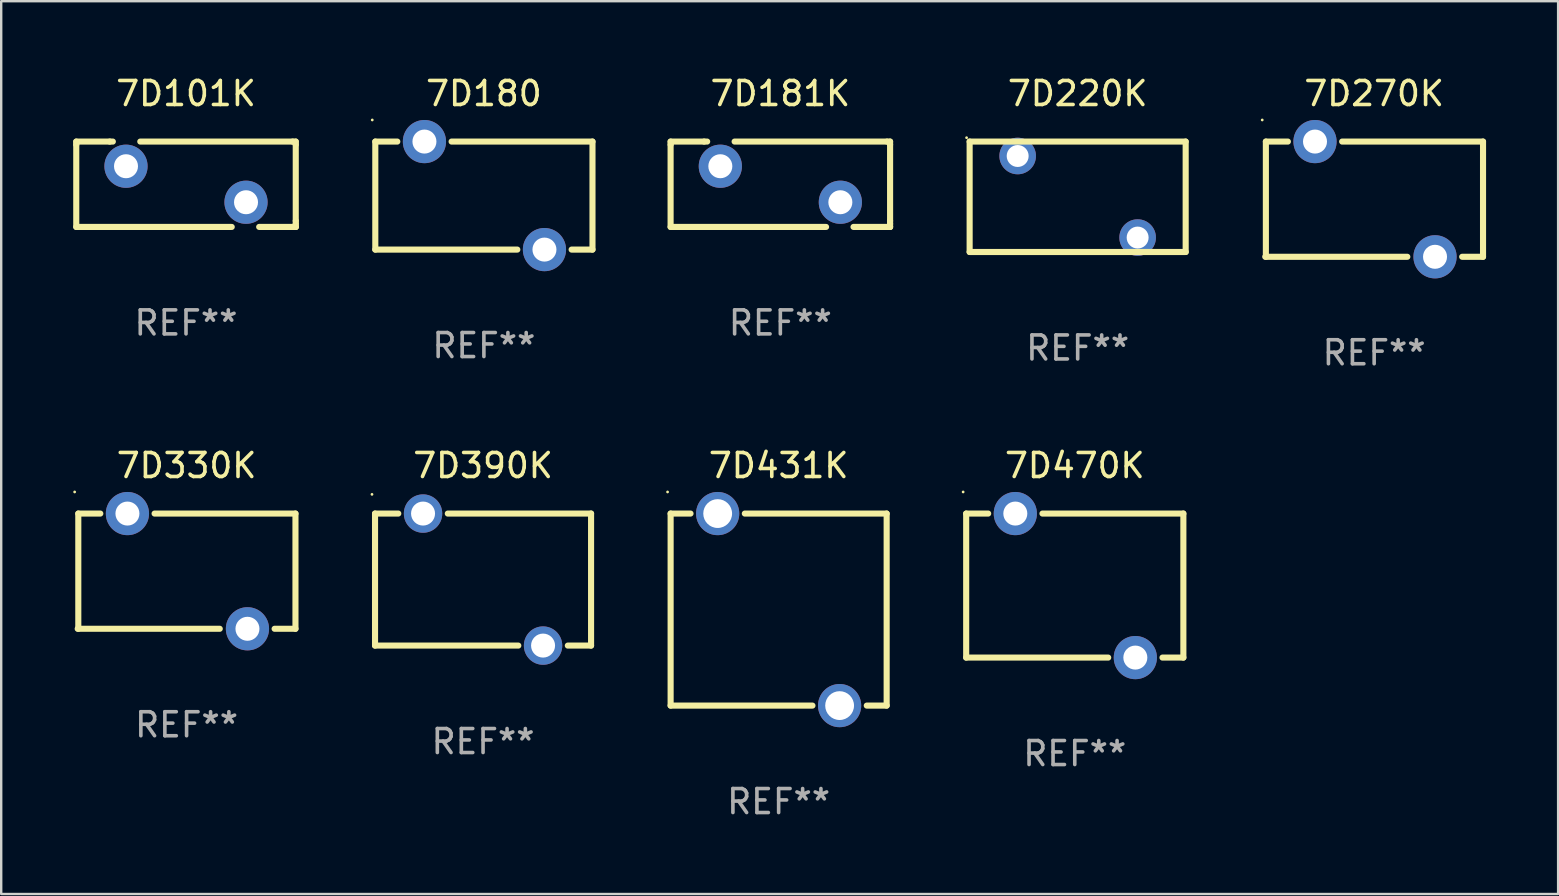
<source format=kicad_pcb>
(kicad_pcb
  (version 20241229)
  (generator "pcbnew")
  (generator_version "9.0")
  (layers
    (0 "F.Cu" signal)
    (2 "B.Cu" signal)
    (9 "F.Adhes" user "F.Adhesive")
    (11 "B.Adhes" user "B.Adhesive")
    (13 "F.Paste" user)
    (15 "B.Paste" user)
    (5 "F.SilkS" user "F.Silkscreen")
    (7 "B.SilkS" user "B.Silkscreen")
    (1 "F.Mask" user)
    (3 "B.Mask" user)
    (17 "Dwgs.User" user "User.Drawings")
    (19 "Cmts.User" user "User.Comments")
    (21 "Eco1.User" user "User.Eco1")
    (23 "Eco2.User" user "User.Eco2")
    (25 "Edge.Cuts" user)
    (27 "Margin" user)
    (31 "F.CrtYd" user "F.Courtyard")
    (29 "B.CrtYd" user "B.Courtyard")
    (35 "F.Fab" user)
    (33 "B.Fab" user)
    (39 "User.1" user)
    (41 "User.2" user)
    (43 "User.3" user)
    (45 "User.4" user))
  (footprint "7D330K"
    (layer "F.Cu")
    (at 4.723 20.745)
    (property "Reference" "7D330K" (at 0 -4.4 0) (layer "F.SilkS") (effects (font (size 1 1) (thickness 0.15))))
    (attr through_hole)
    (fp_line (start -4.536 2.4) (end 1.382 2.4) (stroke (width 0.254) (type solid)) (layer "F.SilkS"))
    (fp_line (start -4.511 -2.4) (end -4.511 2.4) (stroke (width 0.254) (type solid)) (layer "F.SilkS"))
    (fp_line (start -4.511 -2.4) (end -3.594 -2.4) (stroke (width 0.254) (type solid)) (layer "F.SilkS"))
    (fp_line (start -1.333 -2.4) (end 4.536 -2.4) (stroke (width 0.254) (type solid)) (layer "F.SilkS"))
    (fp_line (start 3.667 2.4) (end 4.536 2.4) (stroke (width 0.254) (type solid)) (layer "F.SilkS"))
    (fp_line (start 4.536 -2.4) (end 4.536 2.4) (stroke (width 0.254) (type solid)) (layer "F.SilkS"))
    (fp_circle (center -4.663 -3.3) (end -4.633 -3.3) (stroke (width 0.06) (type solid)) (fill no) (layer "F.SilkS"))
    (fp_text user "REF**" (at 0 6.4 0) (layer "F.Fab") (effects (font (size 1 1) (thickness 0.15))))
    (pad "1" thru_hole circle (at -2.464 -2.4) (size 1.8 1.8) (drill 1) (layers "*.Cu" "*.Mask"))
    (pad "2" thru_hole circle (at 2.536 2.4) (size 1.8 1.8) (drill 1) (layers "*.Cu" "*.Mask")))
  (footprint "7D181K"
    (layer "F.Cu")
    (at 29.459 4.626)
    (property "Reference" "7D181K" (at 0 -3.778 0) (layer "F.SilkS") (effects (font (size 1 1) (thickness 0.15))))
    (attr through_hole)
    (fp_line (start -4.572 -1.778) (end -3.175 -1.778) (stroke (width 0.254) (type solid)) (layer "F.SilkS"))
    (fp_line (start -4.572 -1.651) (end -4.572 -1.778) (stroke (width 0.254) (type solid)) (layer "F.SilkS"))
    (fp_line (start -4.572 1.778) (end -4.572 -1.651) (stroke (width 0.254) (type solid)) (layer "F.SilkS"))
    (fp_line (start -4.572 1.778) (end 1.905 1.778) (stroke (width 0.254) (type solid)) (layer "F.SilkS"))
    (fp_line (start -3.175 -1.778) (end -3.048 -1.778) (stroke (width 0.254) (type solid)) (layer "F.SilkS"))
    (fp_line (start 4.445 -1.778) (end -1.905 -1.778) (stroke (width 0.254) (type solid)) (layer "F.SilkS"))
    (fp_line (start 4.445 -1.778) (end 4.572 -1.778) (stroke (width 0.254) (type solid)) (layer "F.SilkS"))
    (fp_line (start 4.572 -1.778) (end 4.572 -1.651) (stroke (width 0.254) (type solid)) (layer "F.SilkS"))
    (fp_line (start 4.572 -1.651) (end 4.572 1.524) (stroke (width 0.254) (type solid)) (layer "F.SilkS"))
    (fp_line (start 4.572 1.524) (end 4.572 1.651) (stroke (width 0.254) (type solid)) (layer "F.SilkS"))
    (fp_line (start 4.572 1.651) (end 4.572 1.778) (stroke (width 0.254) (type solid)) (layer "F.SilkS"))
    (fp_line (start 4.572 1.778) (end 3.048 1.778) (stroke (width 0.254) (type solid)) (layer "F.SilkS"))
    (fp_line (start 4.572 1.778) (end 4.572 1.777) (stroke (width 0.254) (type solid)) (layer "F.SilkS"))
    (fp_circle (center -4.5 -1.701) (end -4.47 -1.701) (stroke (width 0.06) (type solid)) (fill no) (layer "F.SilkS"))
    (fp_text user "REF**" (at 0 5.778 0) (layer "F.Fab") (effects (font (size 1 1) (thickness 0.15))))
    (pad "1" thru_hole circle (at -2.5 -0.751) (size 1.8 1.8) (drill 1) (layers "*.Cu" "*.Mask"))
    (pad "2" thru_hole circle (at 2.5 0.749) (size 1.8 1.8) (drill 1) (layers "*.Cu" "*.Mask")))
  (footprint "7D470K"
    (layer "F.Cu")
    (at 41.725 21.345)
    (property "Reference" "7D470K" (at 0 -5 0) (layer "F.SilkS") (effects (font (size 1 1) (thickness 0.15))))
    (attr through_hole)
    (fp_line (start -4.524 -3) (end -4.524 3) (stroke (width 0.254) (type solid)) (layer "F.SilkS"))
    (fp_line (start -4.524 -3) (end -3.607 -3) (stroke (width 0.254) (type solid)) (layer "F.SilkS"))
    (fp_line (start -4.524 3) (end 1.393 3) (stroke (width 0.254) (type solid)) (layer "F.SilkS"))
    (fp_line (start -1.346 -3) (end 4.524 -3) (stroke (width 0.254) (type solid)) (layer "F.SilkS"))
    (fp_line (start 3.654 3) (end 4.524 3) (stroke (width 0.254) (type solid)) (layer "F.SilkS"))
    (fp_line (start 4.524 -3) (end 4.524 3) (stroke (width 0.254) (type solid)) (layer "F.SilkS"))
    (fp_circle (center -4.651 -3.9) (end -4.621 -3.9) (stroke (width 0.06) (type solid)) (fill no) (layer "F.SilkS"))
    (fp_text user "REF**" (at 0 7 0) (layer "F.Fab") (effects (font (size 1 1) (thickness 0.15))))
    (pad "1" thru_hole circle (at -2.477 -3) (size 1.8 1.8) (drill 1) (layers "*.Cu" "*.Mask"))
    (pad "2" thru_hole circle (at 2.523 3) (size 1.8 1.8) (drill 1) (layers "*.Cu" "*.Mask")))
  (footprint "7D101K"
    (layer "F.Cu")
    (at 4.699 4.626)
    (property "Reference" "7D101K" (at 0 -3.778 0) (layer "F.SilkS") (effects (font (size 1 1) (thickness 0.15))))
    (attr through_hole)
    (fp_line (start -4.572 -1.778) (end -3.175 -1.778) (stroke (width 0.254) (type solid)) (layer "F.SilkS"))
    (fp_line (start -4.572 -1.651) (end -4.572 -1.778) (stroke (width 0.254) (type solid)) (layer "F.SilkS"))
    (fp_line (start -4.572 1.778) (end -4.572 -1.651) (stroke (width 0.254) (type solid)) (layer "F.SilkS"))
    (fp_line (start -4.572 1.778) (end 1.905 1.778) (stroke (width 0.254) (type solid)) (layer "F.SilkS"))
    (fp_line (start -3.175 -1.778) (end -3.048 -1.778) (stroke (width 0.254) (type solid)) (layer "F.SilkS"))
    (fp_line (start 4.445 -1.778) (end -1.905 -1.778) (stroke (width 0.254) (type solid)) (layer "F.SilkS"))
    (fp_line (start 4.445 -1.778) (end 4.572 -1.778) (stroke (width 0.254) (type solid)) (layer "F.SilkS"))
    (fp_line (start 4.572 -1.778) (end 4.572 -1.651) (stroke (width 0.254) (type solid)) (layer "F.SilkS"))
    (fp_line (start 4.572 -1.651) (end 4.572 1.524) (stroke (width 0.254) (type solid)) (layer "F.SilkS"))
    (fp_line (start 4.572 1.524) (end 4.572 1.651) (stroke (width 0.254) (type solid)) (layer "F.SilkS"))
    (fp_line (start 4.572 1.651) (end 4.572 1.778) (stroke (width 0.254) (type solid)) (layer "F.SilkS"))
    (fp_line (start 4.572 1.778) (end 3.048 1.778) (stroke (width 0.254) (type solid)) (layer "F.SilkS"))
    (fp_line (start 4.572 1.778) (end 4.572 1.777) (stroke (width 0.254) (type solid)) (layer "F.SilkS"))
    (fp_circle (center -4.5 -1.701) (end -4.47 -1.701) (stroke (width 0.06) (type solid)) (fill no) (layer "F.SilkS"))
    (fp_text user "REF**" (at 0 5.778 0) (layer "F.Fab") (effects (font (size 1 1) (thickness 0.15))))
    (pad "1" thru_hole circle (at -2.5 -0.751) (size 1.8 1.8) (drill 1) (layers "*.Cu" "*.Mask"))
    (pad "2" thru_hole circle (at 2.5 0.749) (size 1.8 1.8) (drill 1) (layers "*.Cu" "*.Mask")))
  (footprint "7D390K"
    (layer "F.Cu")
    (at 17.074 21.095)
    (property "Reference" "7D390K" (at 0 -4.75 0) (layer "F.SilkS") (effects (font (size 1 1) (thickness 0.15))))
    (attr through_hole)
    (fp_line (start -4.5 -2.75) (end -3.531 -2.75) (stroke (width 0.254) (type solid)) (layer "F.SilkS"))
    (fp_line (start -4.5 2.75) (end -4.5 -2.75) (stroke (width 0.254) (type solid)) (layer "F.SilkS"))
    (fp_line (start -4.5 2.75) (end 1.469 2.75) (stroke (width 0.254) (type solid)) (layer "F.SilkS"))
    (fp_line (start -1.469 -2.75) (end 4.5 -2.75) (stroke (width 0.254) (type solid)) (layer "F.SilkS"))
    (fp_line (start 3.531 2.75) (end 4.5 2.75) (stroke (width 0.254) (type solid)) (layer "F.SilkS"))
    (fp_line (start 4.5 -2.75) (end 4.5 2.75) (stroke (width 0.254) (type solid)) (layer "F.SilkS"))
    (fp_circle (center -4.627 -3.55) (end -4.597 -3.55) (stroke (width 0.06) (type solid)) (fill no) (layer "F.SilkS"))
    (fp_text user "REF**" (at 0 6.75 0) (layer "F.Fab") (effects (font (size 1 1) (thickness 0.15))))
    (pad "1" thru_hole circle (at -2.5 -2.75) (size 1.6 1.6) (drill 1) (layers "*.Cu" "*.Mask"))
    (pad "2" thru_hole circle (at 2.5 2.75) (size 1.6 1.6) (drill 1) (layers "*.Cu" "*.Mask")))
  (footprint "7D431K"
    (layer "F.Cu")
    (at 29.388 22.345)
    (property "Reference" "7D431K" (at 0 -6 0) (layer "F.SilkS") (effects (font (size 1 1) (thickness 0.15))))
    (attr through_hole)
    (fp_line (start -4.5 -4) (end -3.671 -4) (stroke (width 0.254) (type solid)) (layer "F.SilkS"))
    (fp_line (start -4.5 4) (end -4.5 -4) (stroke (width 0.254) (type solid)) (layer "F.SilkS"))
    (fp_line (start -4.5 4) (end 1.409 4) (stroke (width 0.254) (type solid)) (layer "F.SilkS"))
    (fp_line (start -1.409 -4) (end 4.5 -4) (stroke (width 0.254) (type solid)) (layer "F.SilkS"))
    (fp_line (start 3.671 4) (end 4.5 4) (stroke (width 0.254) (type solid)) (layer "F.SilkS"))
    (fp_line (start 4.5 -4) (end 4.5 4) (stroke (width 0.254) (type solid)) (layer "F.SilkS"))
    (fp_circle (center -4.627 -4.9) (end -4.597 -4.9) (stroke (width 0.06) (type solid)) (fill no) (layer "F.SilkS"))
    (fp_text user "REF**" (at 0 8 0) (layer "F.Fab") (effects (font (size 1 1) (thickness 0.15))))
    (pad "1" thru_hole circle (at -2.54 -4) (size 1.8 1.8) (drill 1.2) (layers "*.Cu" "*.Mask"))
    (pad "2" thru_hole circle (at 2.54 4) (size 1.8 1.8) (drill 1.2) (layers "*.Cu" "*.Mask")))
  (footprint "7D180"
    (layer "F.Cu")
    (at 17.109 5.098)
    (property "Reference" "7D180" (at 0 -4.25 0) (layer "F.SilkS") (effects (font (size 1 1) (thickness 0.15))))
    (attr through_hole)
    (fp_line (start -4.524 -2.25) (end -4.524 2.25) (stroke (width 0.254) (type solid)) (layer "F.SilkS"))
    (fp_line (start -4.524 -2.25) (end -3.607 -2.25) (stroke (width 0.254) (type solid)) (layer "F.SilkS"))
    (fp_line (start -4.524 2.25) (end 1.393 2.25) (stroke (width 0.254) (type solid)) (layer "F.SilkS"))
    (fp_line (start -1.346 -2.25) (end 4.524 -2.25) (stroke (width 0.254) (type solid)) (layer "F.SilkS"))
    (fp_line (start 3.654 2.25) (end 4.524 2.25) (stroke (width 0.254) (type solid)) (layer "F.SilkS"))
    (fp_line (start 4.524 -2.25) (end 4.524 2.25) (stroke (width 0.254) (type solid)) (layer "F.SilkS"))
    (fp_circle (center -4.651 -3.15) (end -4.621 -3.15) (stroke (width 0.06) (type solid)) (fill no) (layer "F.SilkS"))
    (fp_text user "REF**" (at 0 6.25 0) (layer "F.Fab") (effects (font (size 1 1) (thickness 0.15))))
    (pad "1" thru_hole circle (at -2.477 -2.25) (size 1.8 1.8) (drill 1) (layers "*.Cu" "*.Mask"))
    (pad "2" thru_hole circle (at 2.523 2.25) (size 1.8 1.8) (drill 1) (layers "*.Cu" "*.Mask")))
  (footprint "7D220K"
    (layer "F.Cu")
    (at 41.846 5.148)
    (property "Reference" "7D220K" (at 0 -4.3 0) (layer "F.SilkS") (effects (font (size 1 1) (thickness 0.15))))
    (attr through_hole)
    (fp_line (start -4.501 -2.3) (end 4.499 -2.3) (stroke (width 0.254) (type solid)) (layer "F.SilkS"))
    (fp_line (start -4.501 2.3) (end -4.501 -2.3) (stroke (width 0.254) (type solid)) (layer "F.SilkS"))
    (fp_line (start 4.499 -2.3) (end 4.499 2.3) (stroke (width 0.254) (type solid)) (layer "F.SilkS"))
    (fp_line (start 4.501 2.3) (end -4.501 2.3) (stroke (width 0.254) (type solid)) (layer "F.SilkS"))
    (fp_circle (center -4.628 -2.461) (end -4.598 -2.461) (stroke (width 0.06) (type solid)) (fill no) (layer "F.SilkS"))
    (fp_text user "REF**" (at 0 6.3 0) (layer "F.Fab") (effects (font (size 1 1) (thickness 0.15))))
    (pad "1" thru_hole circle (at -2.5 -1.699) (size 1.524 1.524) (drill 0.914) (layers "*.Cu" "*.Mask"))
    (pad "2" thru_hole circle (at 2.498 1.699) (size 1.524 1.524) (drill 0.914) (layers "*.Cu" "*.Mask")))
  (footprint "7D270K"
    (layer "F.Cu")
    (at 54.197 5.248)
    (property "Reference" "7D270K" (at 0 -4.4 0) (layer "F.SilkS") (effects (font (size 1 1) (thickness 0.15))))
    (attr through_hole)
    (fp_line (start -4.536 2.4) (end 1.382 2.4) (stroke (width 0.254) (type solid)) (layer "F.SilkS"))
    (fp_line (start -4.511 -2.4) (end -4.511 2.4) (stroke (width 0.254) (type solid)) (layer "F.SilkS"))
    (fp_line (start -4.511 -2.4) (end -3.594 -2.4) (stroke (width 0.254) (type solid)) (layer "F.SilkS"))
    (fp_line (start -1.333 -2.4) (end 4.536 -2.4) (stroke (width 0.254) (type solid)) (layer "F.SilkS"))
    (fp_line (start 3.667 2.4) (end 4.536 2.4) (stroke (width 0.254) (type solid)) (layer "F.SilkS"))
    (fp_line (start 4.536 -2.4) (end 4.536 2.4) (stroke (width 0.254) (type solid)) (layer "F.SilkS"))
    (fp_circle (center -4.663 -3.3) (end -4.633 -3.3) (stroke (width 0.06) (type solid)) (fill no) (layer "F.SilkS"))
    (fp_text user "REF**" (at 0 6.4 0) (layer "F.Fab") (effects (font (size 1 1) (thickness 0.15))))
    (pad "1" thru_hole circle (at -2.464 -2.4) (size 1.8 1.8) (drill 1) (layers "*.Cu" "*.Mask"))
    (pad "2" thru_hole circle (at 2.536 2.4) (size 1.8 1.8) (drill 1) (layers "*.Cu" "*.Mask")))
  (gr_rect
    (start -3 -3)
    (end 61.861 34.193)
    (stroke (width 0.1) (type default))
    (fill no)
    (layer "Edge.Cuts")))
</source>
